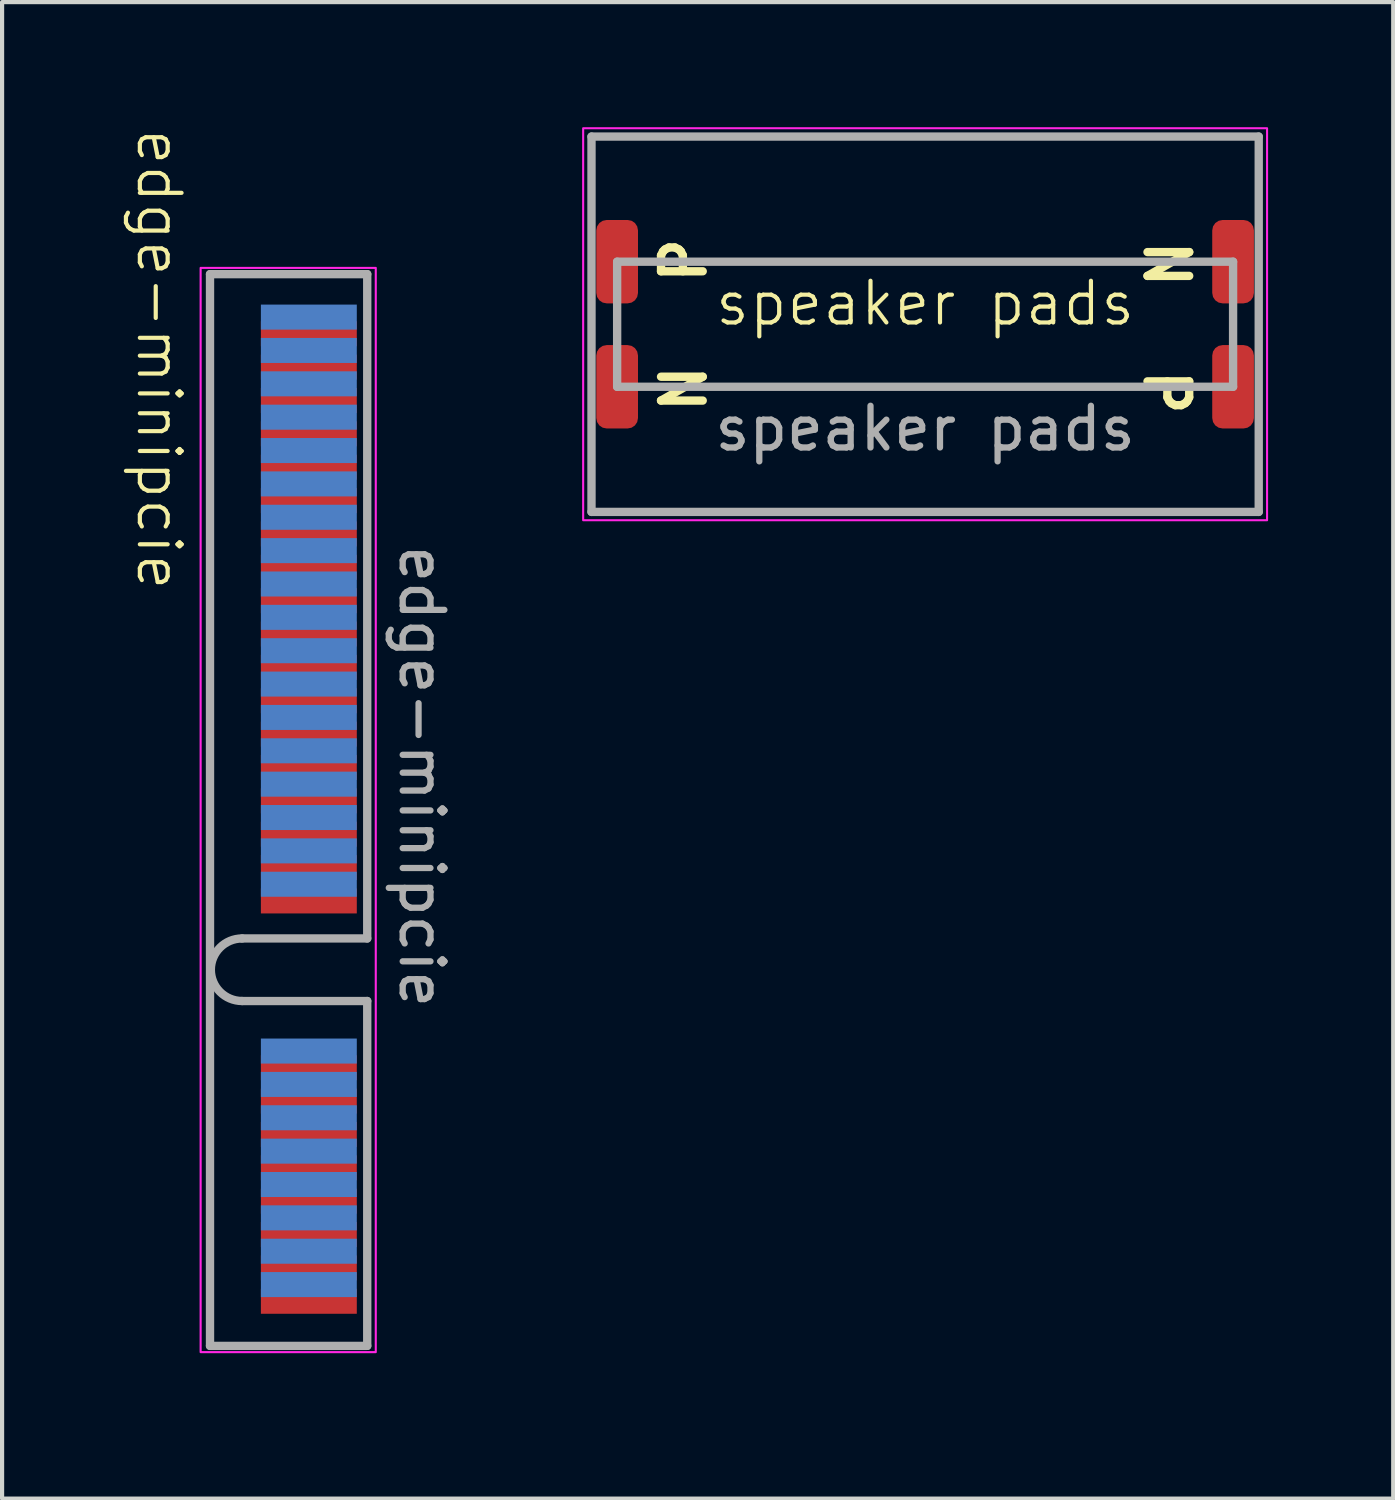
<source format=kicad_pcb>
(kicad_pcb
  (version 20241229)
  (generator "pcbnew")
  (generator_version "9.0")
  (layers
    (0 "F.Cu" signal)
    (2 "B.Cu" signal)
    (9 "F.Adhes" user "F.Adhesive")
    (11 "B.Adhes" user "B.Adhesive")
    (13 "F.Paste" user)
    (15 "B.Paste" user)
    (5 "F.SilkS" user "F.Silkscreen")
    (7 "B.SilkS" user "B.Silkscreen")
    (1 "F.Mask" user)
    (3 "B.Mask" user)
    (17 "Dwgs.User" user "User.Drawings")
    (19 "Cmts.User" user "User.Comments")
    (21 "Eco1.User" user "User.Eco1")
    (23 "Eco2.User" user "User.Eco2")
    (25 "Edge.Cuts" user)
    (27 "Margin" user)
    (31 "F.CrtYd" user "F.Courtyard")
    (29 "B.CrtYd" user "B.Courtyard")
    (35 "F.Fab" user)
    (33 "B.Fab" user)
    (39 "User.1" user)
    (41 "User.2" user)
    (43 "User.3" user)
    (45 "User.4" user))
  (footprint "speaker pads"
    (layer "F.Cu")
    (at 19.134 4.725)
    (property "Reference" "speaker pads" (at 0 -0.5 0) (unlocked yes) (layer "F.SilkS") (effects (font (size 1 1) (thickness 0.1))))
    (attr smd)
    (fp_rect (start -8.2 -4.7) (end 8.2 4.7) (stroke (width 0.05) (type default)) (fill no) (layer "F.CrtYd"))
    (fp_line (start -8 -4.5) (end 8 -4.5) (stroke (width 0.2) (type solid)) (layer "F.Fab"))
    (fp_line (start -8 4.5) (end -8 -4.5) (stroke (width 0.2) (type solid)) (layer "F.Fab"))
    (fp_line (start -7.385 -1.5) (end 7.385 -1.5) (stroke (width 0.2) (type solid)) (layer "F.Fab"))
    (fp_line (start -7.385 1.5) (end -7.385 -1.5) (stroke (width 0.2) (type solid)) (layer "F.Fab"))
    (fp_line (start 7.385 -1.5) (end 7.385 1.5) (stroke (width 0.2) (type solid)) (layer "F.Fab"))
    (fp_line (start 7.385 1.5) (end -7.385 1.5) (stroke (width 0.2) (type solid)) (layer "F.Fab"))
    (fp_line (start 8 -4.5) (end 8 4.5) (stroke (width 0.2) (type solid)) (layer "F.Fab"))
    (fp_line (start 8 4.5) (end -8 4.5) (stroke (width 0.2) (type solid)) (layer "F.Fab"))
    (fp_text user "N" (at -5.2 2.2 90) (unlocked yes) (layer "F.SilkS") (effects (font (size 1 1) (thickness 0.2) (bold yes)) (justify left bottom)))
    (fp_text user "N" (at 5.2 -2.1 270) (unlocked yes) (layer "F.SilkS") (effects (font (size 1 1) (thickness 0.2) (bold yes)) (justify left bottom)))
    (fp_text user "P" (at -5.2 -0.9 90) (unlocked yes) (layer "F.SilkS") (effects (font (size 1 1) (thickness 0.2) (bold yes)) (justify left bottom)))
    (fp_text user "P" (at 5.2 1 270) (unlocked yes) (layer "F.SilkS") (effects (font (size 1 1) (thickness 0.2) (bold yes)) (justify left bottom)))
    (fp_text user "${REFERENCE}" (at 0 2.5 0) (unlocked yes) (layer "F.Fab") (effects (font (size 1 1) (thickness 0.15))))
    (pad "1" connect roundrect (at -7.385 -1.5) (size 1 2) (layers "F.Cu" "F.Mask") (roundrect_rratio 0.25))
    (pad "2" connect roundrect (at -7.385 1.5) (size 1 2) (layers "F.Cu" "F.Mask") (roundrect_rratio 0.25))
    (pad "3" connect roundrect (at 7.385 1.5) (size 1 2) (layers "F.Cu" "F.Mask") (roundrect_rratio 0.25))
    (pad "4" connect roundrect (at 7.385 -1.5) (size 1 2) (layers "F.Cu" "F.Mask") (roundrect_rratio 0.25)))
  (footprint "edge-minipcie"
    (layer "F.Cu")
    (at 3.861 16.374)
    (property "Reference" "edge-minipcie" (at -3.1 -10.8 270) (unlocked yes) (layer "F.SilkS") (effects (font (size 1 1) (thickness 0.1))))
    (attr smd allow_soldermask_bridges)
    (fp_rect (start -0.61 -13.462) (end 2.286 13.208) (stroke (width 0.1) (type solid)) (fill yes) (layer "F.Mask"))
    (fp_rect (start -0.61 -13.716) (end 2.54 13.462) (stroke (width 0.1) (type solid)) (fill yes) (layer "B.Mask"))
    (fp_rect (start -2.1 -13) (end 2.1 13) (stroke (width 0.05) (type default)) (fill no) (layer "F.CrtYd"))
    (fp_line (start -1.875 -12.85) (end -1.875 12.85) (stroke (width 0.2) (type solid)) (layer "F.Fab"))
    (fp_line (start -1.875 -12.85) (end 1.895 -12.85) (stroke (width 0.2) (type solid)) (layer "F.Fab"))
    (fp_line (start -1.105 3.08) (end 1.895 3.08) (stroke (width 0.2) (type solid)) (layer "F.Fab"))
    (fp_line (start 1.895 -12.85) (end 1.895 3.08) (stroke (width 0.2) (type solid)) (layer "F.Fab"))
    (fp_line (start 1.895 4.58) (end -1.105 4.58) (stroke (width 0.2) (type solid)) (layer "F.Fab"))
    (fp_line (start 1.895 4.58) (end 1.895 12.85) (stroke (width 0.2) (type solid)) (layer "F.Fab"))
    (fp_line (start 1.895 12.85) (end -1.875 12.85) (stroke (width 0.2) (type solid)) (layer "F.Fab"))
    (fp_arc (start -1.105 4.58) (mid -1.855 3.83) (end -1.105 3.08) (stroke (width 0.2) (type solid)) (layer "F.Fab"))
    (fp_text user "${REFERENCE}" (at 3.2 -0.8 270) (unlocked yes) (layer "F.Fab") (effects (font (size 1 1) (thickness 0.15))))
    (pad "1" connect rect (at 0.495 11.78) (size 2.3 0.6) (layers "F.Cu" "F.Mask"))
    (pad "2" connect rect (at 0.495 11.38) (size 2.3 0.6) (layers "B.Cu" "B.Mask"))
    (pad "3" connect rect (at 0.495 10.98) (size 2.3 0.6) (layers "F.Cu" "F.Mask"))
    (pad "4" connect rect (at 0.495 10.58) (size 2.3 0.6) (layers "B.Cu" "B.Mask"))
    (pad "5" connect rect (at 0.495 10.18) (size 2.3 0.6) (layers "F.Cu" "F.Mask"))
    (pad "6" connect rect (at 0.495 9.78) (size 2.3 0.6) (layers "B.Cu" "B.Mask"))
    (pad "7" connect rect (at 0.495 9.38) (size 2.3 0.6) (layers "F.Cu" "F.Mask"))
    (pad "8" connect rect (at 0.495 8.98) (size 2.3 0.6) (layers "B.Cu" "B.Mask"))
    (pad "9" connect rect (at 0.495 8.58) (size 2.3 0.6) (layers "F.Cu" "F.Mask"))
    (pad "10" connect rect (at 0.495 8.18) (size 2.3 0.6) (layers "B.Cu" "B.Mask"))
    (pad "11" connect rect (at 0.495 7.78) (size 2.3 0.6) (layers "F.Cu" "F.Mask"))
    (pad "12" connect rect (at 0.495 7.38) (size 2.3 0.6) (layers "B.Cu" "B.Mask"))
    (pad "13" connect rect (at 0.495 6.98) (size 2.3 0.6) (layers "F.Cu" "F.Mask"))
    (pad "14" connect rect (at 0.495 6.58) (size 2.3 0.6) (layers "B.Cu" "B.Mask"))
    (pad "15" connect rect (at 0.495 6.18) (size 2.3 0.6) (layers "F.Cu" "F.Mask"))
    (pad "16" connect rect (at 0.495 5.78) (size 2.3 0.6) (layers "B.Cu" "B.Mask"))
    (pad "17" connect rect (at 0.495 2.18) (size 2.3 0.6) (layers "F.Cu" "F.Mask"))
    (pad "18" connect rect (at 0.495 1.78) (size 2.3 0.6) (layers "B.Cu" "B.Mask"))
    (pad "19" connect rect (at 0.495 1.38) (size 2.3 0.6) (layers "F.Cu" "F.Mask"))
    (pad "20" connect rect (at 0.495 0.98) (size 2.3 0.6) (layers "B.Cu" "B.Mask"))
    (pad "21" connect rect (at 0.495 0.58) (size 2.3 0.6) (layers "F.Cu" "F.Mask"))
    (pad "22" connect rect (at 0.495 0.18) (size 2.3 0.6) (layers "B.Cu" "B.Mask"))
    (pad "23" connect rect (at 0.495 -0.22) (size 2.3 0.6) (layers "F.Cu" "F.Mask"))
    (pad "24" connect rect (at 0.495 -0.62) (size 2.3 0.6) (layers "B.Cu" "B.Mask"))
    (pad "25" connect rect (at 0.495 -1.02) (size 2.3 0.6) (layers "F.Cu" "F.Mask"))
    (pad "26" connect rect (at 0.495 -1.42) (size 2.3 0.6) (layers "B.Cu" "B.Mask"))
    (pad "27" connect rect (at 0.495 -1.82) (size 2.3 0.6) (layers "F.Cu" "F.Mask"))
    (pad "28" connect rect (at 0.495 -2.22) (size 2.3 0.6) (layers "B.Cu" "B.Mask"))
    (pad "29" connect rect (at 0.495 -2.62) (size 2.3 0.6) (layers "F.Cu" "F.Mask"))
    (pad "30" connect rect (at 0.495 -3.02) (size 2.3 0.6) (layers "B.Cu" "B.Mask"))
    (pad "31" connect rect (at 0.495 -3.42) (size 2.3 0.6) (layers "F.Cu" "F.Mask"))
    (pad "32" connect rect (at 0.495 -3.82) (size 2.3 0.6) (layers "B.Cu" "B.Mask"))
    (pad "33" connect rect (at 0.495 -4.22) (size 2.3 0.6) (layers "F.Cu" "F.Mask"))
    (pad "34" connect rect (at 0.495 -4.62) (size 2.3 0.6) (layers "B.Cu" "B.Mask"))
    (pad "35" connect rect (at 0.495 -5.02) (size 2.3 0.6) (layers "F.Cu" "F.Mask"))
    (pad "36" connect rect (at 0.495 -5.42) (size 2.3 0.6) (layers "B.Cu" "B.Mask"))
    (pad "37" connect rect (at 0.495 -5.82) (size 2.3 0.6) (layers "F.Cu" "F.Mask"))
    (pad "38" connect rect (at 0.495 -6.22) (size 2.3 0.6) (layers "B.Cu" "B.Mask"))
    (pad "39" connect rect (at 0.495 -6.62) (size 2.3 0.6) (layers "F.Cu" "F.Mask"))
    (pad "40" connect rect (at 0.495 -7.02) (size 2.3 0.6) (layers "B.Cu" "B.Mask"))
    (pad "41" connect rect (at 0.495 -7.42) (size 2.3 0.6) (layers "F.Cu" "F.Mask"))
    (pad "42" connect rect (at 0.495 -7.82) (size 2.3 0.6) (layers "B.Cu" "B.Mask"))
    (pad "43" connect rect (at 0.495 -8.22) (size 2.3 0.6) (layers "F.Cu" "F.Mask"))
    (pad "44" connect rect (at 0.495 -8.62) (size 2.3 0.6) (layers "B.Cu" "B.Mask"))
    (pad "45" connect rect (at 0.495 -9.02) (size 2.3 0.6) (layers "F.Cu" "F.Mask"))
    (pad "46" connect rect (at 0.495 -9.42) (size 2.3 0.6) (layers "B.Cu" "B.Mask"))
    (pad "47" connect rect (at 0.495 -9.82) (size 2.3 0.6) (layers "F.Cu" "F.Mask"))
    (pad "48" connect rect (at 0.495 -10.22) (size 2.3 0.6) (layers "B.Cu" "B.Mask"))
    (pad "49" connect rect (at 0.495 -10.62) (size 2.3 0.6) (layers "F.Cu" "F.Mask"))
    (pad "50" connect rect (at 0.495 -11.02) (size 2.3 0.6) (layers "B.Cu" "B.Mask"))
    (pad "51" connect rect (at 0.495 -11.42) (size 2.3 0.6) (layers "F.Cu" "F.Mask"))
    (pad "52" connect rect (at 0.495 -11.82) (size 2.3 0.6) (layers "B.Cu" "B.Mask")))
  (gr_rect
    (start -3 -3)
    (end 30.359 32.886)
    (stroke (width 0.1) (type default))
    (fill no)
    (layer "Edge.Cuts")))
</source>
